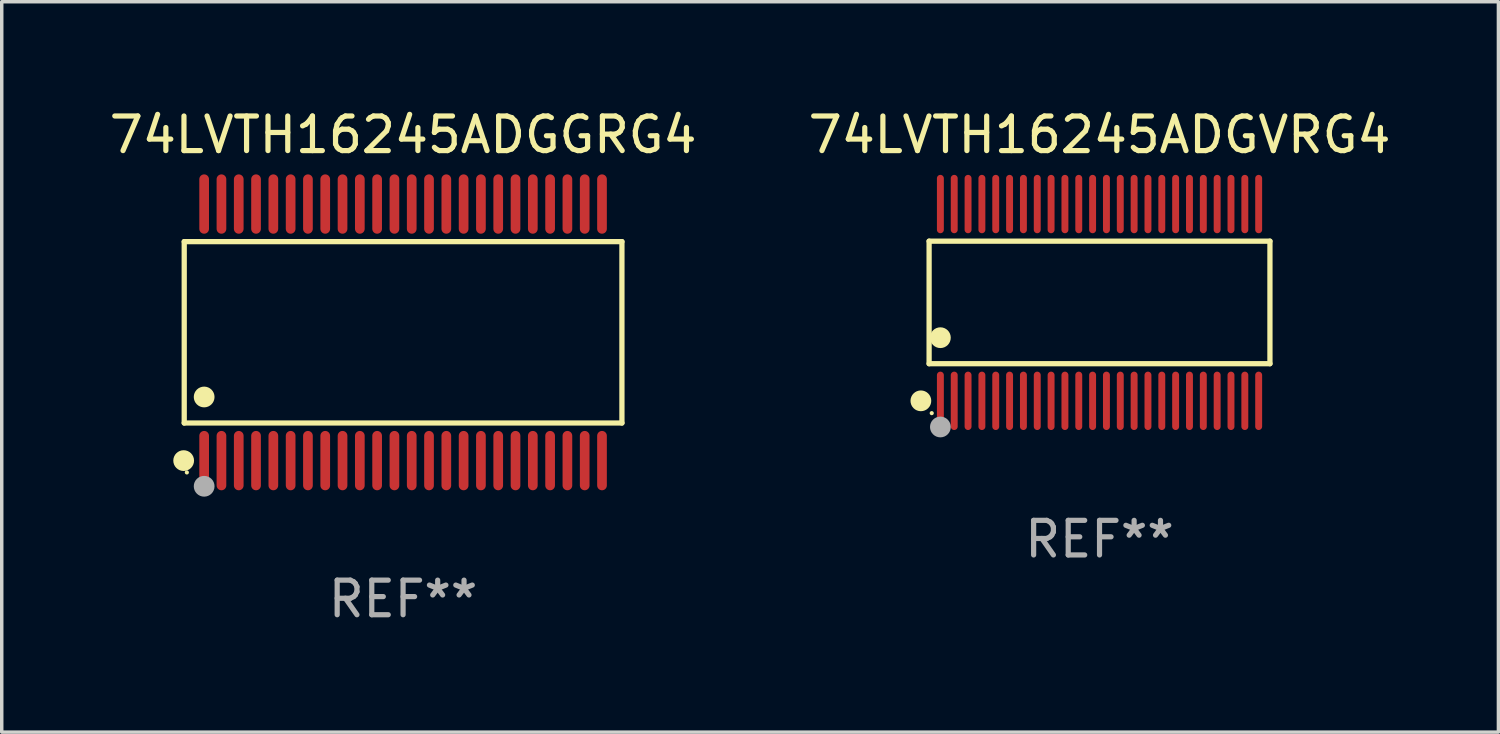
<source format=kicad_pcb>
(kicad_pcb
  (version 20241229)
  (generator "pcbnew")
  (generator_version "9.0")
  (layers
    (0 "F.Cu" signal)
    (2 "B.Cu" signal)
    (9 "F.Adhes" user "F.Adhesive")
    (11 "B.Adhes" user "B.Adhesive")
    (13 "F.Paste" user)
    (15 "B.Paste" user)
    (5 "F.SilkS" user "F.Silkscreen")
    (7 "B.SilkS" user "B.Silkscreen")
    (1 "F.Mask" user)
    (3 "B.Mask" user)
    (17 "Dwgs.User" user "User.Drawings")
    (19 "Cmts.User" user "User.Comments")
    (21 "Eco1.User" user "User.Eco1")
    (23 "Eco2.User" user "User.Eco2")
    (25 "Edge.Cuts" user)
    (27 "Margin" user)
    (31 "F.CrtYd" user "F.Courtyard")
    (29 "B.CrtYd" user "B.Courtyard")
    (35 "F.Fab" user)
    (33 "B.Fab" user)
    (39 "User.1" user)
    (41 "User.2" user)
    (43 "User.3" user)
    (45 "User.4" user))
  (footprint "74LVTH16245ADGVRG4"
    (layer "F.Cu")
    (at 28.732 5.692)
    (property "Reference" "74LVTH16245ADGVRG4" (at 0 -4.844 0) (layer "F.SilkS") (effects (font (size 1 1) (thickness 0.15))))
    (attr through_hole)
    (fp_line (start -4.926 -1.771) (end 4.926 -1.771) (stroke (width 0.152) (type solid)) (layer "F.SilkS"))
    (fp_line (start -4.926 1.771) (end -4.926 -1.771) (stroke (width 0.152) (type solid)) (layer "F.SilkS"))
    (fp_line (start 4.926 -1.771) (end 4.926 1.771) (stroke (width 0.152) (type solid)) (layer "F.SilkS"))
    (fp_line (start 4.926 1.771) (end -4.926 1.771) (stroke (width 0.152) (type solid)) (layer "F.SilkS"))
    (fp_circle (center -5.164 2.844) (end -5.014 2.844) (stroke (width 0.3) (type solid)) (fill no) (layer "F.SilkS"))
    (fp_circle (center -4.85 3.2) (end -4.82 3.2) (stroke (width 0.06) (type solid)) (fill no) (layer "F.SilkS"))
    (fp_circle (center -4.6 1.019) (end -4.45 1.019) (stroke (width 0.3) (type solid)) (fill no) (layer "F.SilkS"))
    (fp_circle (center -4.6 3.6) (end -4.45 3.6) (stroke (width 0.3) (type solid)) (fill no) (layer "F.Fab"))
    (fp_text user "REF**" (at 0 6.844 0) (layer "F.Fab") (effects (font (size 1 1) (thickness 0.15))))
    (pad "1" smd oval (at -4.6 2.844) (size 0.2 1.687) (layers "F.Cu" "F.Mask" "F.Paste"))
    (pad "2" smd oval (at -4.2 2.844) (size 0.2 1.687) (layers "F.Cu" "F.Mask" "F.Paste"))
    (pad "3" smd oval (at -3.8 2.844) (size 0.2 1.687) (layers "F.Cu" "F.Mask" "F.Paste"))
    (pad "4" smd oval (at -3.4 2.844) (size 0.2 1.687) (layers "F.Cu" "F.Mask" "F.Paste"))
    (pad "5" smd oval (at -3 2.844) (size 0.2 1.687) (layers "F.Cu" "F.Mask" "F.Paste"))
    (pad "6" smd oval (at -2.6 2.844) (size 0.2 1.687) (layers "F.Cu" "F.Mask" "F.Paste"))
    (pad "7" smd oval (at -2.2 2.844) (size 0.2 1.687) (layers "F.Cu" "F.Mask" "F.Paste"))
    (pad "8" smd oval (at -1.8 2.844) (size 0.2 1.687) (layers "F.Cu" "F.Mask" "F.Paste"))
    (pad "9" smd oval (at -1.4 2.844) (size 0.2 1.687) (layers "F.Cu" "F.Mask" "F.Paste"))
    (pad "10" smd oval (at -1 2.844) (size 0.2 1.687) (layers "F.Cu" "F.Mask" "F.Paste"))
    (pad "11" smd oval (at -0.6 2.844) (size 0.2 1.687) (layers "F.Cu" "F.Mask" "F.Paste"))
    (pad "12" smd oval (at -0.2 2.844) (size 0.2 1.687) (layers "F.Cu" "F.Mask" "F.Paste"))
    (pad "13" smd oval (at 0.2 2.844) (size 0.2 1.687) (layers "F.Cu" "F.Mask" "F.Paste"))
    (pad "14" smd oval (at 0.6 2.844) (size 0.2 1.687) (layers "F.Cu" "F.Mask" "F.Paste"))
    (pad "15" smd oval (at 1 2.844) (size 0.2 1.687) (layers "F.Cu" "F.Mask" "F.Paste"))
    (pad "16" smd oval (at 1.4 2.844) (size 0.2 1.687) (layers "F.Cu" "F.Mask" "F.Paste"))
    (pad "17" smd oval (at 1.8 2.844) (size 0.2 1.687) (layers "F.Cu" "F.Mask" "F.Paste"))
    (pad "18" smd oval (at 2.2 2.844) (size 0.2 1.687) (layers "F.Cu" "F.Mask" "F.Paste"))
    (pad "19" smd oval (at 2.6 2.844) (size 0.2 1.687) (layers "F.Cu" "F.Mask" "F.Paste"))
    (pad "20" smd oval (at 3 2.844) (size 0.2 1.687) (layers "F.Cu" "F.Mask" "F.Paste"))
    (pad "21" smd oval (at 3.4 2.844) (size 0.2 1.687) (layers "F.Cu" "F.Mask" "F.Paste"))
    (pad "22" smd oval (at 3.8 2.844) (size 0.2 1.687) (layers "F.Cu" "F.Mask" "F.Paste"))
    (pad "23" smd oval (at 4.2 2.844) (size 0.2 1.687) (layers "F.Cu" "F.Mask" "F.Paste"))
    (pad "24" smd oval (at 4.6 2.844) (size 0.2 1.687) (layers "F.Cu" "F.Mask" "F.Paste"))
    (pad "25" smd oval (at 4.6 -2.844) (size 0.2 1.687) (layers "F.Cu" "F.Mask" "F.Paste"))
    (pad "26" smd oval (at 4.2 -2.844) (size 0.2 1.687) (layers "F.Cu" "F.Mask" "F.Paste"))
    (pad "27" smd oval (at 3.8 -2.844) (size 0.2 1.687) (layers "F.Cu" "F.Mask" "F.Paste"))
    (pad "28" smd oval (at 3.4 -2.844) (size 0.2 1.687) (layers "F.Cu" "F.Mask" "F.Paste"))
    (pad "29" smd oval (at 3 -2.844) (size 0.2 1.687) (layers "F.Cu" "F.Mask" "F.Paste"))
    (pad "30" smd oval (at 2.6 -2.844) (size 0.2 1.687) (layers "F.Cu" "F.Mask" "F.Paste"))
    (pad "31" smd oval (at 2.2 -2.844) (size 0.2 1.687) (layers "F.Cu" "F.Mask" "F.Paste"))
    (pad "32" smd oval (at 1.8 -2.844) (size 0.2 1.687) (layers "F.Cu" "F.Mask" "F.Paste"))
    (pad "33" smd oval (at 1.4 -2.844) (size 0.2 1.687) (layers "F.Cu" "F.Mask" "F.Paste"))
    (pad "34" smd oval (at 1 -2.844) (size 0.2 1.687) (layers "F.Cu" "F.Mask" "F.Paste"))
    (pad "35" smd oval (at 0.6 -2.844) (size 0.2 1.687) (layers "F.Cu" "F.Mask" "F.Paste"))
    (pad "36" smd oval (at 0.2 -2.844) (size 0.2 1.687) (layers "F.Cu" "F.Mask" "F.Paste"))
    (pad "37" smd oval (at -0.2 -2.844) (size 0.2 1.687) (layers "F.Cu" "F.Mask" "F.Paste"))
    (pad "38" smd oval (at -0.6 -2.844) (size 0.2 1.687) (layers "F.Cu" "F.Mask" "F.Paste"))
    (pad "39" smd oval (at -1 -2.844) (size 0.2 1.687) (layers "F.Cu" "F.Mask" "F.Paste"))
    (pad "40" smd oval (at -1.4 -2.844) (size 0.2 1.687) (layers "F.Cu" "F.Mask" "F.Paste"))
    (pad "41" smd oval (at -1.8 -2.844) (size 0.2 1.687) (layers "F.Cu" "F.Mask" "F.Paste"))
    (pad "42" smd oval (at -2.2 -2.844) (size 0.2 1.687) (layers "F.Cu" "F.Mask" "F.Paste"))
    (pad "43" smd oval (at -2.6 -2.844) (size 0.2 1.687) (layers "F.Cu" "F.Mask" "F.Paste"))
    (pad "44" smd oval (at -3 -2.844) (size 0.2 1.687) (layers "F.Cu" "F.Mask" "F.Paste"))
    (pad "45" smd oval (at -3.4 -2.844) (size 0.2 1.687) (layers "F.Cu" "F.Mask" "F.Paste"))
    (pad "46" smd oval (at -3.8 -2.844) (size 0.2 1.687) (layers "F.Cu" "F.Mask" "F.Paste"))
    (pad "47" smd oval (at -4.2 -2.844) (size 0.2 1.687) (layers "F.Cu" "F.Mask" "F.Paste"))
    (pad "48" smd oval (at -4.6 -2.844) (size 0.2 1.687) (layers "F.Cu" "F.Mask" "F.Paste")))
  (footprint "74LVTH16245ADGGRG4"
    (layer "F.Cu")
    (at 8.601 6.556)
    (property "Reference" "74LVTH16245ADGGRG4" (at 0 -5.708 0) (layer "F.SilkS") (effects (font (size 1 1) (thickness 0.15))))
    (attr through_hole)
    (fp_line (start -6.326 -2.622) (end 6.326 -2.622) (stroke (width 0.152) (type solid)) (layer "F.SilkS"))
    (fp_line (start -6.326 2.621) (end -6.326 -2.622) (stroke (width 0.152) (type solid)) (layer "F.SilkS"))
    (fp_line (start 6.326 -2.622) (end 6.326 2.621) (stroke (width 0.152) (type solid)) (layer "F.SilkS"))
    (fp_line (start 6.326 2.621) (end -6.326 2.621) (stroke (width 0.152) (type solid)) (layer "F.SilkS"))
    (fp_circle (center -6.342 3.708) (end -6.192 3.708) (stroke (width 0.3) (type solid)) (fill no) (layer "F.SilkS"))
    (fp_circle (center -6.25 4.05) (end -6.22 4.05) (stroke (width 0.06) (type solid)) (fill no) (layer "F.SilkS"))
    (fp_circle (center -5.75 1.869) (end -5.6 1.869) (stroke (width 0.3) (type solid)) (fill no) (layer "F.SilkS"))
    (fp_circle (center -5.75 4.45) (end -5.6 4.45) (stroke (width 0.3) (type solid)) (fill no) (layer "F.Fab"))
    (fp_text user "REF**" (at 0 7.708 0) (layer "F.Fab") (effects (font (size 1 1) (thickness 0.15))))
    (pad "1" smd oval (at -5.75 3.708) (size 0.28 1.715) (layers "F.Cu" "F.Mask" "F.Paste"))
    (pad "2" smd oval (at -5.25 3.708) (size 0.28 1.715) (layers "F.Cu" "F.Mask" "F.Paste"))
    (pad "3" smd oval (at -4.75 3.708) (size 0.28 1.715) (layers "F.Cu" "F.Mask" "F.Paste"))
    (pad "4" smd oval (at -4.25 3.708) (size 0.28 1.715) (layers "F.Cu" "F.Mask" "F.Paste"))
    (pad "5" smd oval (at -3.75 3.708) (size 0.28 1.715) (layers "F.Cu" "F.Mask" "F.Paste"))
    (pad "6" smd oval (at -3.25 3.708) (size 0.28 1.715) (layers "F.Cu" "F.Mask" "F.Paste"))
    (pad "7" smd oval (at -2.75 3.708) (size 0.28 1.715) (layers "F.Cu" "F.Mask" "F.Paste"))
    (pad "8" smd oval (at -2.25 3.708) (size 0.28 1.715) (layers "F.Cu" "F.Mask" "F.Paste"))
    (pad "9" smd oval (at -1.75 3.708) (size 0.28 1.715) (layers "F.Cu" "F.Mask" "F.Paste"))
    (pad "10" smd oval (at -1.25 3.708) (size 0.28 1.715) (layers "F.Cu" "F.Mask" "F.Paste"))
    (pad "11" smd oval (at -0.75 3.708) (size 0.28 1.715) (layers "F.Cu" "F.Mask" "F.Paste"))
    (pad "12" smd oval (at -0.25 3.708) (size 0.28 1.715) (layers "F.Cu" "F.Mask" "F.Paste"))
    (pad "13" smd oval (at 0.25 3.708) (size 0.28 1.715) (layers "F.Cu" "F.Mask" "F.Paste"))
    (pad "14" smd oval (at 0.75 3.708) (size 0.28 1.715) (layers "F.Cu" "F.Mask" "F.Paste"))
    (pad "15" smd oval (at 1.25 3.708) (size 0.28 1.715) (layers "F.Cu" "F.Mask" "F.Paste"))
    (pad "16" smd oval (at 1.75 3.708) (size 0.28 1.715) (layers "F.Cu" "F.Mask" "F.Paste"))
    (pad "17" smd oval (at 2.25 3.708) (size 0.28 1.715) (layers "F.Cu" "F.Mask" "F.Paste"))
    (pad "18" smd oval (at 2.75 3.708) (size 0.28 1.715) (layers "F.Cu" "F.Mask" "F.Paste"))
    (pad "19" smd oval (at 3.25 3.708) (size 0.28 1.715) (layers "F.Cu" "F.Mask" "F.Paste"))
    (pad "20" smd oval (at 3.75 3.708) (size 0.28 1.715) (layers "F.Cu" "F.Mask" "F.Paste"))
    (pad "21" smd oval (at 4.25 3.708) (size 0.28 1.715) (layers "F.Cu" "F.Mask" "F.Paste"))
    (pad "22" smd oval (at 4.75 3.708) (size 0.28 1.715) (layers "F.Cu" "F.Mask" "F.Paste"))
    (pad "23" smd oval (at 5.25 3.708) (size 0.28 1.715) (layers "F.Cu" "F.Mask" "F.Paste"))
    (pad "24" smd oval (at 5.75 3.708) (size 0.28 1.715) (layers "F.Cu" "F.Mask" "F.Paste"))
    (pad "25" smd oval (at 5.75 -3.708) (size 0.28 1.715) (layers "F.Cu" "F.Mask" "F.Paste"))
    (pad "26" smd oval (at 5.25 -3.708) (size 0.28 1.715) (layers "F.Cu" "F.Mask" "F.Paste"))
    (pad "27" smd oval (at 4.75 -3.708) (size 0.28 1.715) (layers "F.Cu" "F.Mask" "F.Paste"))
    (pad "28" smd oval (at 4.25 -3.708) (size 0.28 1.715) (layers "F.Cu" "F.Mask" "F.Paste"))
    (pad "29" smd oval (at 3.75 -3.708) (size 0.28 1.715) (layers "F.Cu" "F.Mask" "F.Paste"))
    (pad "30" smd oval (at 3.25 -3.708) (size 0.28 1.715) (layers "F.Cu" "F.Mask" "F.Paste"))
    (pad "31" smd oval (at 2.75 -3.708) (size 0.28 1.715) (layers "F.Cu" "F.Mask" "F.Paste"))
    (pad "32" smd oval (at 2.25 -3.708) (size 0.28 1.715) (layers "F.Cu" "F.Mask" "F.Paste"))
    (pad "33" smd oval (at 1.75 -3.708) (size 0.28 1.715) (layers "F.Cu" "F.Mask" "F.Paste"))
    (pad "34" smd oval (at 1.25 -3.708) (size 0.28 1.715) (layers "F.Cu" "F.Mask" "F.Paste"))
    (pad "35" smd oval (at 0.75 -3.708) (size 0.28 1.715) (layers "F.Cu" "F.Mask" "F.Paste"))
    (pad "36" smd oval (at 0.25 -3.708) (size 0.28 1.715) (layers "F.Cu" "F.Mask" "F.Paste"))
    (pad "37" smd oval (at -0.25 -3.708) (size 0.28 1.715) (layers "F.Cu" "F.Mask" "F.Paste"))
    (pad "38" smd oval (at -0.75 -3.708) (size 0.28 1.715) (layers "F.Cu" "F.Mask" "F.Paste"))
    (pad "39" smd oval (at -1.25 -3.708) (size 0.28 1.715) (layers "F.Cu" "F.Mask" "F.Paste"))
    (pad "40" smd oval (at -1.75 -3.708) (size 0.28 1.715) (layers "F.Cu" "F.Mask" "F.Paste"))
    (pad "41" smd oval (at -2.25 -3.708) (size 0.28 1.715) (layers "F.Cu" "F.Mask" "F.Paste"))
    (pad "42" smd oval (at -2.75 -3.708) (size 0.28 1.715) (layers "F.Cu" "F.Mask" "F.Paste"))
    (pad "43" smd oval (at -3.25 -3.708) (size 0.28 1.715) (layers "F.Cu" "F.Mask" "F.Paste"))
    (pad "44" smd oval (at -3.75 -3.708) (size 0.28 1.715) (layers "F.Cu" "F.Mask" "F.Paste"))
    (pad "45" smd oval (at -4.25 -3.708) (size 0.28 1.715) (layers "F.Cu" "F.Mask" "F.Paste"))
    (pad "46" smd oval (at -4.75 -3.708) (size 0.28 1.715) (layers "F.Cu" "F.Mask" "F.Paste"))
    (pad "47" smd oval (at -5.25 -3.708) (size 0.28 1.715) (layers "F.Cu" "F.Mask" "F.Paste"))
    (pad "48" smd oval (at -5.75 -3.708) (size 0.28 1.715) (layers "F.Cu" "F.Mask" "F.Paste")))
  (gr_rect
    (start -3 -3)
    (end 40.262 18.112)
    (stroke (width 0.1) (type default))
    (fill no)
    (layer "Edge.Cuts")))
</source>
